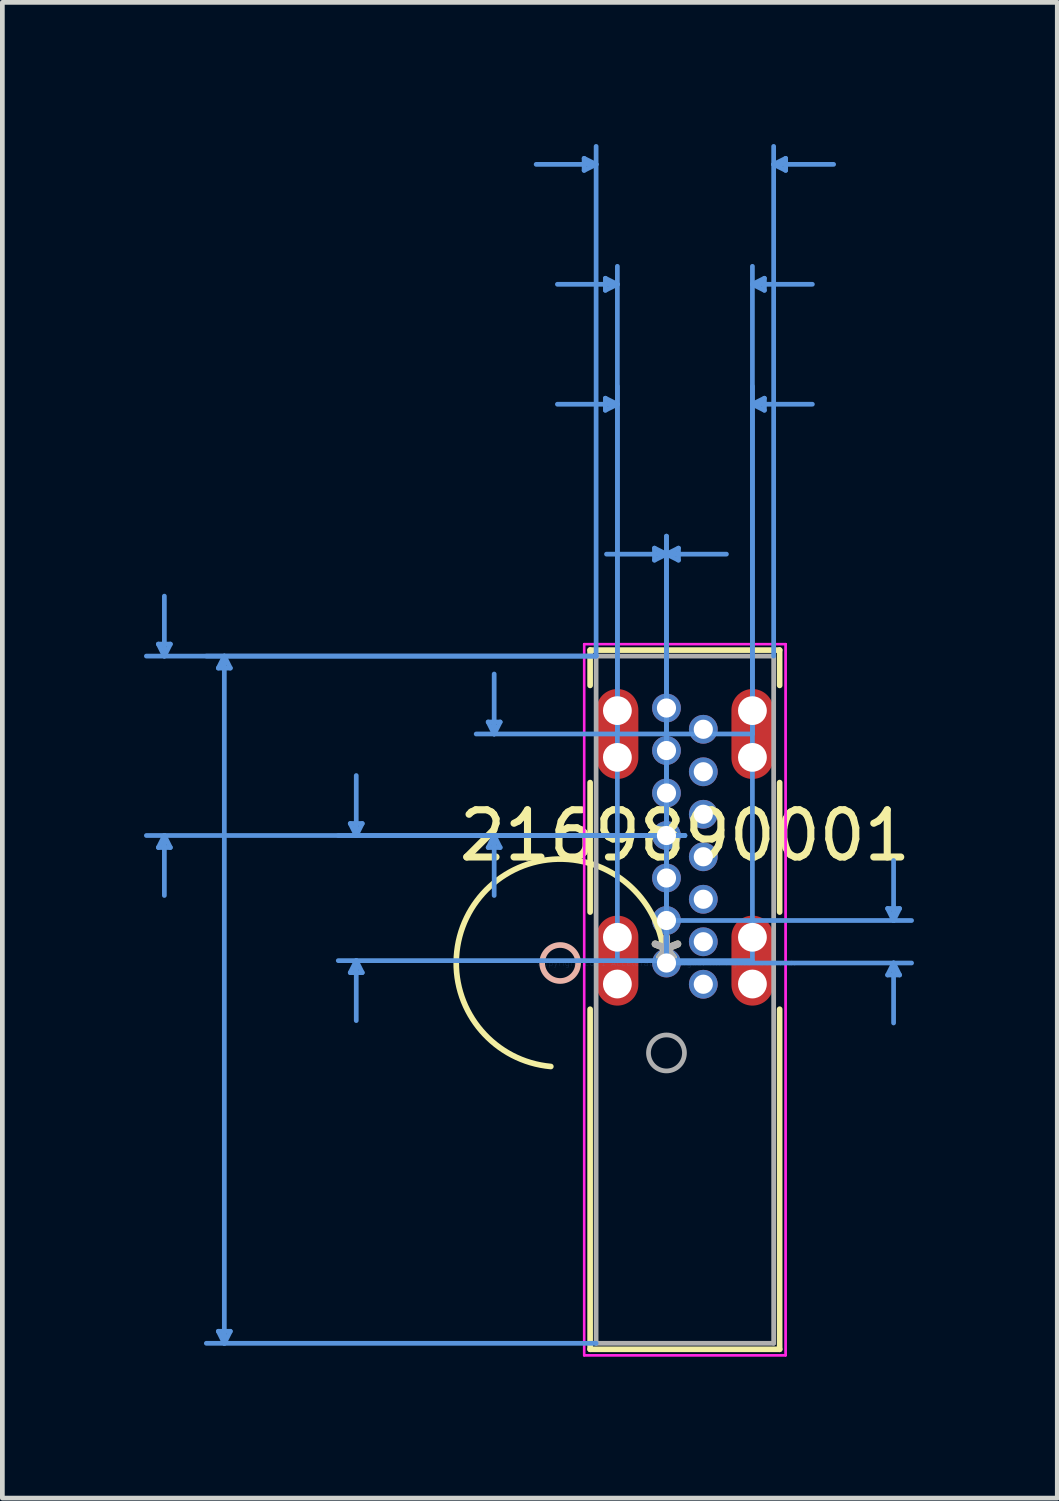
<source format=kicad_pcb>
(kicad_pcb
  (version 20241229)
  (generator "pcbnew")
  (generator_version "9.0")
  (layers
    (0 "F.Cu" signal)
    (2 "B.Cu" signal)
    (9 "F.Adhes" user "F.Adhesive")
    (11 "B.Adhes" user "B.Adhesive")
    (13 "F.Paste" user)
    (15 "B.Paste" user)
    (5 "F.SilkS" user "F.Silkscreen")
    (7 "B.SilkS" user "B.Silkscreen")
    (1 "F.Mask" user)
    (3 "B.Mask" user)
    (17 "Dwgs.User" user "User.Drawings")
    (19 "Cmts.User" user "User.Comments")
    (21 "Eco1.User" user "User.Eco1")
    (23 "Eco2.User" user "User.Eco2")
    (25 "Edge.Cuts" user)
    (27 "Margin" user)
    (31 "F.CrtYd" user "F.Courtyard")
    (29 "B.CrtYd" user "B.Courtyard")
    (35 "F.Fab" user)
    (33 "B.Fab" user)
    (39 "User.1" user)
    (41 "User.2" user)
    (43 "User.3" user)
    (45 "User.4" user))
  (footprint "2169890001"
    (layer "F.Cu")
    (at 11.065 17.345)
    (property "Reference" "2169890001" (at 0.39 -2.7 0) (layer "F.SilkS") (effects (font (size 1 1) (thickness 0.15))))
    (attr through_hole)
    (fp_line (start -1.617 -6.627) (end -1.617 -5.879) (stroke (width 0.12) (type solid)) (layer "F.SilkS"))
    (fp_line (start -1.617 -3.821) (end -1.617 -1.079) (stroke (width 0.12) (type solid)) (layer "F.SilkS"))
    (fp_line (start -1.617 0.979) (end -1.617 8.181) (stroke (width 0.12) (type solid)) (layer "F.SilkS"))
    (fp_line (start -1.617 8.181) (end 2.397 8.181) (stroke (width 0.12) (type solid)) (layer "F.SilkS"))
    (fp_line (start 2.397 -6.627) (end -1.617 -6.627) (stroke (width 0.12) (type solid)) (layer "F.SilkS"))
    (fp_line (start 2.397 -5.879) (end 2.397 -6.627) (stroke (width 0.12) (type solid)) (layer "F.SilkS"))
    (fp_line (start 2.397 -1.079) (end 2.397 -3.821) (stroke (width 0.12) (type solid)) (layer "F.SilkS"))
    (fp_line (start 2.397 8.181) (end 2.397 0.979) (stroke (width 0.12) (type solid)) (layer "F.SilkS"))
    (fp_arc (start -2.449385 2.192033) (mid -3.738963 -1.622306) (end -0.050674 -0.007154) (stroke (width 0.12) (type solid)) (layer "F.SilkS"))
    (fp_circle (center -2.252 0) (end -1.871 0) (stroke (width 0.12) (type solid)) (fill no) (layer "B.SilkS"))
    (fp_line (start -10.761 -6.754) (end -10.507 -6.754) (stroke (width 0.1) (type solid)) (layer "Cmts.User"))
    (fp_line (start -10.761 -2.446) (end -10.507 -2.446) (stroke (width 0.1) (type solid)) (layer "Cmts.User"))
    (fp_line (start -10.634 -6.5) (end -10.761 -6.754) (stroke (width 0.1) (type solid)) (layer "Cmts.User"))
    (fp_line (start -10.634 -6.5) (end -10.634 -7.77) (stroke (width 0.1) (type solid)) (layer "Cmts.User"))
    (fp_line (start -10.634 -6.5) (end -10.507 -6.754) (stroke (width 0.1) (type solid)) (layer "Cmts.User"))
    (fp_line (start -10.634 -2.7) (end -10.761 -2.446) (stroke (width 0.1) (type solid)) (layer "Cmts.User"))
    (fp_line (start -10.634 -2.7) (end -10.634 -1.43) (stroke (width 0.1) (type solid)) (layer "Cmts.User"))
    (fp_line (start -10.634 -2.7) (end -10.507 -2.446) (stroke (width 0.1) (type solid)) (layer "Cmts.User"))
    (fp_line (start -9.491 -6.246) (end -9.237 -6.246) (stroke (width 0.1) (type solid)) (layer "Cmts.User"))
    (fp_line (start -9.491 7.8) (end -9.237 7.8) (stroke (width 0.1) (type solid)) (layer "Cmts.User"))
    (fp_line (start -9.364 -6.5) (end -9.491 -6.246) (stroke (width 0.1) (type solid)) (layer "Cmts.User"))
    (fp_line (start -9.364 -6.5) (end -9.364 8.054) (stroke (width 0.1) (type solid)) (layer "Cmts.User"))
    (fp_line (start -9.364 -6.5) (end -9.237 -6.246) (stroke (width 0.1) (type solid)) (layer "Cmts.User"))
    (fp_line (start -9.364 8.054) (end -9.491 7.8) (stroke (width 0.1) (type solid)) (layer "Cmts.User"))
    (fp_line (start -9.364 8.054) (end -9.237 7.8) (stroke (width 0.1) (type solid)) (layer "Cmts.User"))
    (fp_line (start -6.697 -2.954) (end -6.443 -2.954) (stroke (width 0.1) (type solid)) (layer "Cmts.User"))
    (fp_line (start -6.697 0.204) (end -6.443 0.204) (stroke (width 0.1) (type solid)) (layer "Cmts.User"))
    (fp_line (start -6.57 -2.7) (end -6.697 -2.954) (stroke (width 0.1) (type solid)) (layer "Cmts.User"))
    (fp_line (start -6.57 -2.7) (end -6.57 -3.97) (stroke (width 0.1) (type solid)) (layer "Cmts.User"))
    (fp_line (start -6.57 -2.7) (end -6.443 -2.954) (stroke (width 0.1) (type solid)) (layer "Cmts.User"))
    (fp_line (start -6.57 -0.05) (end -6.697 0.204) (stroke (width 0.1) (type solid)) (layer "Cmts.User"))
    (fp_line (start -6.57 -0.05) (end -6.57 1.22) (stroke (width 0.1) (type solid)) (layer "Cmts.User"))
    (fp_line (start -6.57 -0.05) (end -6.443 0.204) (stroke (width 0.1) (type solid)) (layer "Cmts.User"))
    (fp_line (start -3.776 -5.104) (end -3.522 -5.104) (stroke (width 0.1) (type solid)) (layer "Cmts.User"))
    (fp_line (start -3.776 -2.446) (end -3.522 -2.446) (stroke (width 0.1) (type solid)) (layer "Cmts.User"))
    (fp_line (start -3.649 -4.85) (end -3.776 -5.104) (stroke (width 0.1) (type solid)) (layer "Cmts.User"))
    (fp_line (start -3.649 -4.85) (end -3.649 -6.12) (stroke (width 0.1) (type solid)) (layer "Cmts.User"))
    (fp_line (start -3.649 -4.85) (end -3.522 -5.104) (stroke (width 0.1) (type solid)) (layer "Cmts.User"))
    (fp_line (start -3.649 -2.7) (end -3.776 -2.446) (stroke (width 0.1) (type solid)) (layer "Cmts.User"))
    (fp_line (start -3.649 -2.7) (end -3.649 -1.43) (stroke (width 0.1) (type solid)) (layer "Cmts.User"))
    (fp_line (start -3.649 -2.7) (end -3.522 -2.446) (stroke (width 0.1) (type solid)) (layer "Cmts.User"))
    (fp_line (start -1.744 -17.041) (end -1.744 -16.787) (stroke (width 0.1) (type solid)) (layer "Cmts.User"))
    (fp_line (start -1.49 -16.914) (end -2.76 -16.914) (stroke (width 0.1) (type solid)) (layer "Cmts.User"))
    (fp_line (start -1.49 -16.914) (end -1.744 -17.041) (stroke (width 0.1) (type solid)) (layer "Cmts.User"))
    (fp_line (start -1.49 -16.914) (end -1.744 -16.787) (stroke (width 0.1) (type solid)) (layer "Cmts.User"))
    (fp_line (start -1.49 -6.5) (end -11.015 -6.5) (stroke (width 0.1) (type solid)) (layer "Cmts.User"))
    (fp_line (start -1.49 -6.5) (end -9.745 -6.5) (stroke (width 0.1) (type solid)) (layer "Cmts.User"))
    (fp_line (start -1.49 -6.5) (end -1.49 -17.295) (stroke (width 0.1) (type solid)) (layer "Cmts.User"))
    (fp_line (start -1.49 8.054) (end -9.745 8.054) (stroke (width 0.1) (type solid)) (layer "Cmts.User"))
    (fp_line (start -1.294 -14.501) (end -1.294 -14.247) (stroke (width 0.1) (type solid)) (layer "Cmts.User"))
    (fp_line (start -1.294 -11.961) (end -1.294 -11.707) (stroke (width 0.1) (type solid)) (layer "Cmts.User"))
    (fp_line (start -1.04 -14.374) (end -2.31 -14.374) (stroke (width 0.1) (type solid)) (layer "Cmts.User"))
    (fp_line (start -1.04 -14.374) (end -1.294 -14.501) (stroke (width 0.1) (type solid)) (layer "Cmts.User"))
    (fp_line (start -1.04 -14.374) (end -1.294 -14.247) (stroke (width 0.1) (type solid)) (layer "Cmts.User"))
    (fp_line (start -1.04 -11.834) (end -2.31 -11.834) (stroke (width 0.1) (type solid)) (layer "Cmts.User"))
    (fp_line (start -1.04 -11.834) (end -1.294 -11.961) (stroke (width 0.1) (type solid)) (layer "Cmts.User"))
    (fp_line (start -1.04 -11.834) (end -1.294 -11.707) (stroke (width 0.1) (type solid)) (layer "Cmts.User"))
    (fp_line (start -1.04 -4.85) (end -1.04 -14.755) (stroke (width 0.1) (type solid)) (layer "Cmts.User"))
    (fp_line (start -1.04 -0.05) (end -1.04 -12.215) (stroke (width 0.1) (type solid)) (layer "Cmts.User"))
    (fp_line (start -0.254 -8.786) (end -0.254 -8.532) (stroke (width 0.1) (type solid)) (layer "Cmts.User"))
    (fp_line (start 0 -8.659) (end -1.27 -8.659) (stroke (width 0.1) (type solid)) (layer "Cmts.User"))
    (fp_line (start 0 -8.659) (end -0.254 -8.786) (stroke (width 0.1) (type solid)) (layer "Cmts.User"))
    (fp_line (start 0 -8.659) (end -0.254 -8.532) (stroke (width 0.1) (type solid)) (layer "Cmts.User"))
    (fp_line (start 0 -8.659) (end 0.254 -8.786) (stroke (width 0.1) (type solid)) (layer "Cmts.User"))
    (fp_line (start 0 -8.659) (end 0.254 -8.532) (stroke (width 0.1) (type solid)) (layer "Cmts.User"))
    (fp_line (start 0 -8.659) (end 1.27 -8.659) (stroke (width 0.1) (type solid)) (layer "Cmts.User"))
    (fp_line (start 0 -0.9) (end 5.191 -0.9) (stroke (width 0.1) (type solid)) (layer "Cmts.User"))
    (fp_line (start 0 0) (end 0 -9.04) (stroke (width 0.1) (type solid)) (layer "Cmts.User"))
    (fp_line (start 0 0) (end 0 -9.04) (stroke (width 0.1) (type solid)) (layer "Cmts.User"))
    (fp_line (start 0 0) (end 5.191 0) (stroke (width 0.1) (type solid)) (layer "Cmts.User"))
    (fp_line (start 0.254 -8.786) (end 0.254 -8.532) (stroke (width 0.1) (type solid)) (layer "Cmts.User"))
    (fp_line (start 0.39 -2.7) (end -11.015 -2.7) (stroke (width 0.1) (type solid)) (layer "Cmts.User"))
    (fp_line (start 0.39 -2.7) (end -6.951 -2.7) (stroke (width 0.1) (type solid)) (layer "Cmts.User"))
    (fp_line (start 0.39 -2.7) (end -4.03 -2.7) (stroke (width 0.1) (type solid)) (layer "Cmts.User"))
    (fp_line (start 1.82 -14.374) (end 2.074 -14.501) (stroke (width 0.1) (type solid)) (layer "Cmts.User"))
    (fp_line (start 1.82 -14.374) (end 2.074 -14.247) (stroke (width 0.1) (type solid)) (layer "Cmts.User"))
    (fp_line (start 1.82 -14.374) (end 3.09 -14.374) (stroke (width 0.1) (type solid)) (layer "Cmts.User"))
    (fp_line (start 1.82 -11.834) (end 2.074 -11.961) (stroke (width 0.1) (type solid)) (layer "Cmts.User"))
    (fp_line (start 1.82 -11.834) (end 2.074 -11.707) (stroke (width 0.1) (type solid)) (layer "Cmts.User"))
    (fp_line (start 1.82 -11.834) (end 3.09 -11.834) (stroke (width 0.1) (type solid)) (layer "Cmts.User"))
    (fp_line (start 1.82 -4.85) (end -4.03 -4.85) (stroke (width 0.1) (type solid)) (layer "Cmts.User"))
    (fp_line (start 1.82 -4.85) (end 1.82 -14.755) (stroke (width 0.1) (type solid)) (layer "Cmts.User"))
    (fp_line (start 1.82 -0.05) (end -6.951 -0.05) (stroke (width 0.1) (type solid)) (layer "Cmts.User"))
    (fp_line (start 1.82 -0.05) (end 1.82 -12.215) (stroke (width 0.1) (type solid)) (layer "Cmts.User"))
    (fp_line (start 2.074 -14.501) (end 2.074 -14.247) (stroke (width 0.1) (type solid)) (layer "Cmts.User"))
    (fp_line (start 2.074 -11.961) (end 2.074 -11.707) (stroke (width 0.1) (type solid)) (layer "Cmts.User"))
    (fp_line (start 2.27 -16.914) (end 2.524 -17.041) (stroke (width 0.1) (type solid)) (layer "Cmts.User"))
    (fp_line (start 2.27 -16.914) (end 2.524 -16.787) (stroke (width 0.1) (type solid)) (layer "Cmts.User"))
    (fp_line (start 2.27 -16.914) (end 3.54 -16.914) (stroke (width 0.1) (type solid)) (layer "Cmts.User"))
    (fp_line (start 2.27 -6.5) (end 2.27 -17.295) (stroke (width 0.1) (type solid)) (layer "Cmts.User"))
    (fp_line (start 2.524 -17.041) (end 2.524 -16.787) (stroke (width 0.1) (type solid)) (layer "Cmts.User"))
    (fp_line (start 4.683 -1.154) (end 4.937 -1.154) (stroke (width 0.1) (type solid)) (layer "Cmts.User"))
    (fp_line (start 4.683 0.254) (end 4.937 0.254) (stroke (width 0.1) (type solid)) (layer "Cmts.User"))
    (fp_line (start 4.81 -0.9) (end 4.683 -1.154) (stroke (width 0.1) (type solid)) (layer "Cmts.User"))
    (fp_line (start 4.81 -0.9) (end 4.81 -2.17) (stroke (width 0.1) (type solid)) (layer "Cmts.User"))
    (fp_line (start 4.81 -0.9) (end 4.937 -1.154) (stroke (width 0.1) (type solid)) (layer "Cmts.User"))
    (fp_line (start 4.81 0) (end 4.683 0.254) (stroke (width 0.1) (type solid)) (layer "Cmts.User"))
    (fp_line (start 4.81 0) (end 4.81 1.27) (stroke (width 0.1) (type solid)) (layer "Cmts.User"))
    (fp_line (start 4.81 0) (end 4.937 0.254) (stroke (width 0.1) (type solid)) (layer "Cmts.User"))
    (fp_line (start -1.744 -6.754) (end -1.744 8.308) (stroke (width 0.05) (type solid)) (layer "F.CrtYd"))
    (fp_line (start -1.744 -6.754) (end -1.744 8.308) (stroke (width 0.05) (type solid)) (layer "F.CrtYd"))
    (fp_line (start -1.744 8.308) (end 2.524 8.308) (stroke (width 0.05) (type solid)) (layer "F.CrtYd"))
    (fp_line (start -1.744 8.308) (end 2.524 8.308) (stroke (width 0.05) (type solid)) (layer "F.CrtYd"))
    (fp_line (start 2.524 -6.754) (end -1.744 -6.754) (stroke (width 0.05) (type solid)) (layer "F.CrtYd"))
    (fp_line (start 2.524 -6.754) (end -1.744 -6.754) (stroke (width 0.05) (type solid)) (layer "F.CrtYd"))
    (fp_line (start 2.524 8.308) (end 2.524 -6.754) (stroke (width 0.05) (type solid)) (layer "F.CrtYd"))
    (fp_line (start 2.524 8.308) (end 2.524 -6.754) (stroke (width 0.05) (type solid)) (layer "F.CrtYd"))
    (fp_line (start -1.49 -6.5) (end -1.49 8.054) (stroke (width 0.1) (type solid)) (layer "F.Fab"))
    (fp_line (start -1.49 8.054) (end 2.27 8.054) (stroke (width 0.1) (type solid)) (layer "F.Fab"))
    (fp_line (start 2.27 -6.5) (end -1.49 -6.5) (stroke (width 0.1) (type solid)) (layer "F.Fab"))
    (fp_line (start 2.27 8.054) (end 2.27 -6.5) (stroke (width 0.1) (type solid)) (layer "F.Fab"))
    (fp_circle (center 0 1.905) (end 0.381 1.905) (stroke (width 0.1) (type solid)) (fill no) (layer "F.Fab"))
    (fp_text user "*" (at 0 0 0) (layer "F.SilkS") (effects (font (size 1 1) (thickness 0.15))))
    (fp_text user "Copyright 2021 Accelerated Designs. All rights reserved." (at 0 0 0) (layer "Cmts.User") (effects (font (size 0.127 0.127) (thickness 0.002))))
    (fp_text user "*" (at 0 0 0) (layer "F.Fab") (effects (font (size 1 1) (thickness 0.15))))
    (pad "" np_thru_hole circle (at -1.04 -5.345) (size 0.61 0.61) (drill 0.61) (layers "*.Cu" "*.Mask"))
    (pad "" np_thru_hole circle (at -1.04 -4.355) (size 0.61 0.61) (drill 0.61) (layers "*.Cu" "*.Mask"))
    (pad "" np_thru_hole circle (at -1.04 -0.545) (size 0.61 0.61) (drill 0.61) (layers "*.Cu" "*.Mask"))
    (pad "" np_thru_hole circle (at -1.04 0.445) (size 0.61 0.61) (drill 0.61) (layers "*.Cu" "*.Mask"))
    (pad "" np_thru_hole circle (at 1.82 -5.345) (size 0.61 0.61) (drill 0.61) (layers "*.Cu" "*.Mask"))
    (pad "" np_thru_hole circle (at 1.82 -4.355) (size 0.61 0.61) (drill 0.61) (layers "*.Cu" "*.Mask"))
    (pad "" np_thru_hole circle (at 1.82 -0.545) (size 0.61 0.61) (drill 0.61) (layers "*.Cu" "*.Mask"))
    (pad "" np_thru_hole circle (at 1.82 0.445) (size 0.61 0.61) (drill 0.61) (layers "*.Cu" "*.Mask"))
    (pad "15" smd oval (at -1.04 -4.85) (size 0.889 1.905) (layers "F.Cu" "F.Mask" "F.Paste"))
    (pad "16" smd oval (at 1.82 -4.85) (size 0.889 1.905) (layers "F.Cu" "F.Mask" "F.Paste"))
    (pad "17" smd oval (at -1.04 -0.05) (size 0.889 1.905) (layers "F.Cu" "F.Mask" "F.Paste"))
    (pad "18" smd oval (at 1.82 -0.05) (size 0.889 1.905) (layers "F.Cu" "F.Mask" "F.Paste"))
    (pad "A1" thru_hole circle (at 0.000001 0) (size 0.61 0.61) (drill 0.406) (layers "*.Cu" "*.Mask"))
    (pad "A4" thru_hole circle (at 0.000001 -0.9) (size 0.61 0.61) (drill 0.406) (layers "*.Cu" "*.Mask"))
    (pad "A5" thru_hole circle (at 0.000001 -1.8) (size 0.61 0.61) (drill 0.406) (layers "*.Cu" "*.Mask"))
    (pad "A6" thru_hole circle (at 0.000001 -2.7) (size 0.61 0.61) (drill 0.406) (layers "*.Cu" "*.Mask"))
    (pad "A7" thru_hole circle (at 0.000001 -3.6) (size 0.61 0.61) (drill 0.406) (layers "*.Cu" "*.Mask"))
    (pad "A9" thru_hole circle (at 0.000001 -4.5) (size 0.61 0.61) (drill 0.406) (layers "*.Cu" "*.Mask"))
    (pad "A12" thru_hole circle (at 0.000001 -5.4) (size 0.61 0.61) (drill 0.406) (layers "*.Cu" "*.Mask"))
    (pad "B1" thru_hole circle (at 0.78 -4.95) (size 0.61 0.61) (drill 0.406) (layers "*.Cu" "*.Mask"))
    (pad "B4" thru_hole circle (at 0.78 -4.05) (size 0.61 0.61) (drill 0.406) (layers "*.Cu" "*.Mask"))
    (pad "B5" thru_hole circle (at 0.78 -3.15) (size 0.61 0.61) (drill 0.406) (layers "*.Cu" "*.Mask"))
    (pad "B6" thru_hole circle (at 0.78 -2.25) (size 0.61 0.61) (drill 0.406) (layers "*.Cu" "*.Mask"))
    (pad "B7" thru_hole circle (at 0.78 -1.35) (size 0.61 0.61) (drill 0.406) (layers "*.Cu" "*.Mask"))
    (pad "B9" thru_hole circle (at 0.78 -0.45) (size 0.61 0.61) (drill 0.406) (layers "*.Cu" "*.Mask"))
    (pad "B12" thru_hole circle (at 0.78 0.45) (size 0.61 0.61) (drill 0.406) (layers "*.Cu" "*.Mask")))
  (gr_rect
    (start -3 -3)
    (end 19.342 28.678)
    (stroke (width 0.1) (type default))
    (fill no)
    (layer "Edge.Cuts")))
</source>
